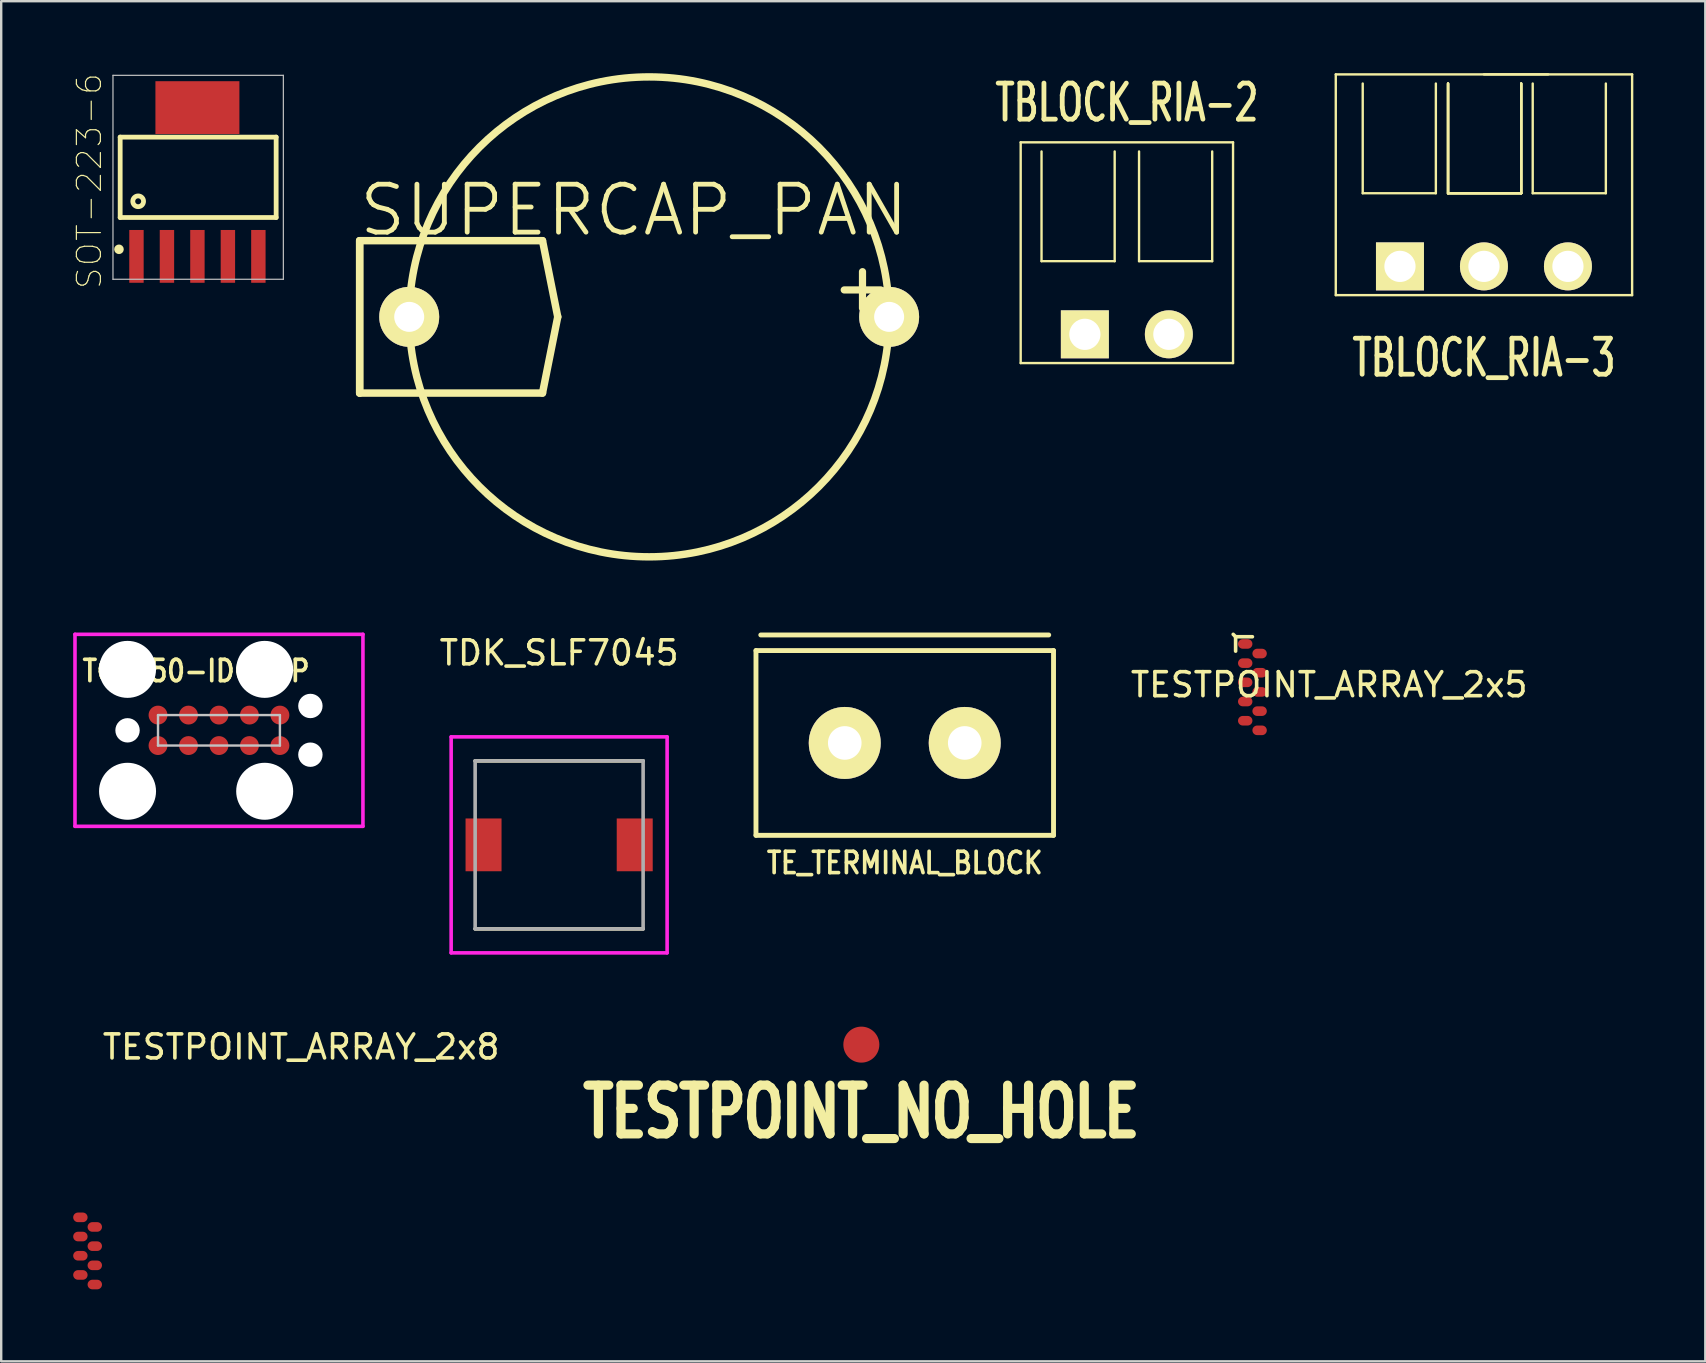
<source format=kicad_pcb>
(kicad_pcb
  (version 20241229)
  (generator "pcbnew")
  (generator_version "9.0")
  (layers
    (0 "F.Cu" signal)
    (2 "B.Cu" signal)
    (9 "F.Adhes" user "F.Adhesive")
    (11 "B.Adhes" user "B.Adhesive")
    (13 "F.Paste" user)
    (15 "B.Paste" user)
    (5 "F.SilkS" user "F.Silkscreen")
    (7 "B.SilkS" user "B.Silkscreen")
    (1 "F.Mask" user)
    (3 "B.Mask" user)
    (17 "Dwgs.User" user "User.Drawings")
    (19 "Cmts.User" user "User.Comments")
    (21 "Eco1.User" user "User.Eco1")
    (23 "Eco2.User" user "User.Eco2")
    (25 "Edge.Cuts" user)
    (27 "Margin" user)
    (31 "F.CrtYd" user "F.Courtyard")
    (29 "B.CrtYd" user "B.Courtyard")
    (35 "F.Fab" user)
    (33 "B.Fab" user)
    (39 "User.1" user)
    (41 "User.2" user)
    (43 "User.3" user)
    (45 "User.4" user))
  (footprint "TBLOCK_RIA-3"
    (layer "F.Cu")
    (at 58.791 8.051)
    (property "Reference" "TBLOCK_RIA-3" (at 0 3.81 0) (layer "F.SilkS") (effects (font (size 1.501 1.001) (thickness 0.201))))
    (attr through_hole)
    (fp_line (start -6.175 -8.001) (end -6.175 1.199) (stroke (width 0.099) (type solid)) (layer "F.SilkS"))
    (fp_line (start -6.175 1.199) (end 6.175 1.199) (stroke (width 0.099) (type solid)) (layer "F.SilkS"))
    (fp_line (start -5.052 -7.62) (end -5.052 -3.048) (stroke (width 0.099) (type solid)) (layer "F.SilkS"))
    (fp_line (start -5.052 -3.048) (end -2.004 -3.048) (stroke (width 0.099) (type solid)) (layer "F.SilkS"))
    (fp_line (start -2.004 -3.048) (end -2.004 -7.62) (stroke (width 0.099) (type solid)) (layer "F.SilkS"))
    (fp_line (start -1.496 -7.62) (end -1.496 -3.048) (stroke (width 0.099) (type solid)) (layer "F.SilkS"))
    (fp_line (start -1.496 -7.62) (end -1.496 -3.048) (stroke (width 0.099) (type solid)) (layer "F.SilkS"))
    (fp_line (start -1.496 -7.62) (end -1.496 -3.048) (stroke (width 0.099) (type solid)) (layer "F.SilkS"))
    (fp_line (start -1.496 -7.62) (end -1.496 -3.048) (stroke (width 0.099) (type solid)) (layer "F.SilkS"))
    (fp_line (start -1.496 -3.048) (end 1.552 -3.048) (stroke (width 0.099) (type solid)) (layer "F.SilkS"))
    (fp_line (start -1.496 -3.048) (end 1.552 -3.048) (stroke (width 0.099) (type solid)) (layer "F.SilkS"))
    (fp_line (start -1.496 -3.048) (end 1.552 -3.048) (stroke (width 0.099) (type solid)) (layer "F.SilkS"))
    (fp_line (start -1.496 -3.048) (end 1.552 -3.048) (stroke (width 0.099) (type solid)) (layer "F.SilkS"))
    (fp_line (start 1.552 -3.048) (end 1.552 -7.62) (stroke (width 0.099) (type solid)) (layer "F.SilkS"))
    (fp_line (start 1.552 -3.048) (end 1.552 -7.62) (stroke (width 0.099) (type solid)) (layer "F.SilkS"))
    (fp_line (start 1.552 -3.048) (end 1.552 -7.62) (stroke (width 0.099) (type solid)) (layer "F.SilkS"))
    (fp_line (start 1.552 -3.048) (end 1.552 -7.62) (stroke (width 0.099) (type solid)) (layer "F.SilkS"))
    (fp_line (start 2.032 -7.62) (end 2.032 -3.048) (stroke (width 0.099) (type solid)) (layer "F.SilkS"))
    (fp_line (start 2.032 -3.048) (end 5.08 -3.048) (stroke (width 0.099) (type solid)) (layer "F.SilkS"))
    (fp_line (start 2.675 -8.001) (end -6.175 -8.001) (stroke (width 0.099) (type solid)) (layer "F.SilkS"))
    (fp_line (start 5.08 -3.048) (end 5.08 -7.62) (stroke (width 0.099) (type solid)) (layer "F.SilkS"))
    (fp_line (start 6.175 -8.001) (end 0 -8.001) (stroke (width 0.099) (type solid)) (layer "F.SilkS"))
    (fp_line (start 6.175 1.199) (end 6.175 -8.001) (stroke (width 0.099) (type solid)) (layer "F.SilkS"))
    (pad "1" thru_hole rect (at -3.5 0) (size 1.999 1.999) (drill 1.3) (layers "*.Cu" "*.Mask" "F.SilkS"))
    (pad "2" thru_hole circle (at 0 0) (size 1.999 1.999) (drill 1.3) (layers "*.Cu" "*.Mask" "F.SilkS"))
    (pad "3" thru_hole circle (at 3.5 0) (size 1.999 1.999) (drill 1.3) (layers "*.Cu" "*.Mask" "F.SilkS")))
  (footprint "TE_TERMINAL_BLOCK"
    (layer "F.Cu")
    (at 34.654 27.911)
    (property "Reference" "TE_TERMINAL_BLOCK" (at 0 5 0) (layer "F.SilkS") (effects (font (size 0.889 0.762) (thickness 0.152))))
    (attr through_hole)
    (fp_line (start -6.2 -3.85) (end 6.2 -3.85) (stroke (width 0.203) (type solid)) (layer "F.SilkS"))
    (fp_line (start -6.2 3.85) (end -6.2 -3.85) (stroke (width 0.203) (type solid)) (layer "F.SilkS"))
    (fp_line (start -6 -4.5) (end 6 -4.5) (stroke (width 0.203) (type solid)) (layer "F.SilkS"))
    (fp_line (start 6.2 -3.85) (end 6.2 3.85) (stroke (width 0.203) (type solid)) (layer "F.SilkS"))
    (fp_line (start 6.2 3.85) (end -6.2 3.85) (stroke (width 0.203) (type solid)) (layer "F.SilkS"))
    (pad "1" thru_hole circle (at -2.5 0) (size 3 3) (drill 1.4) (layers "*.Cu" "*.Mask" "F.SilkS"))
    (pad "2" thru_hole circle (at 2.5 0) (size 3 3) (drill 1.4) (layers "*.Cu" "*.Mask" "F.SilkS")))
  (footprint "SOT-223-6"
    (layer "F.Cu")
    (at 5.177 4.534)
    (property "Reference" "SOT-223-6" (at -4.504 -0.035 90) (layer "F.SilkS") (effects (font (size 1 1) (thickness 0.05))))
    (attr smd)
    (fp_line (start -3.219 -1.87) (end 3.281 -1.87) (stroke (width 0.2) (type solid)) (layer "F.SilkS"))
    (fp_line (start -3.219 1.48) (end -3.219 -1.87) (stroke (width 0.2) (type solid)) (layer "F.SilkS"))
    (fp_line (start 3.281 -1.87) (end 3.281 1.48) (stroke (width 0.2) (type solid)) (layer "F.SilkS"))
    (fp_line (start 3.281 1.48) (end -3.219 1.48) (stroke (width 0.2) (type solid)) (layer "F.SilkS"))
    (fp_circle (center -3.269 2.805) (end -3.269 2.705) (stroke (width 0.2) (type solid)) (fill no) (layer "F.SilkS"))
    (fp_circle (center -2.469 0.805) (end -2.469 0.581) (stroke (width 0.2) (type solid)) (fill no) (layer "F.SilkS"))
    (fp_line (start -3.519 -4.445) (end 3.581 -4.445) (stroke (width 0.05) (type solid)) (layer "Dwgs.User"))
    (fp_line (start -3.519 4.055) (end -3.519 -4.445) (stroke (width 0.05) (type solid)) (layer "Dwgs.User"))
    (fp_line (start 3.581 -4.445) (end 3.581 4.055) (stroke (width 0.05) (type solid)) (layer "Dwgs.User"))
    (fp_line (start 3.581 4.055) (end -3.519 4.055) (stroke (width 0.05) (type solid)) (layer "Dwgs.User"))
    (pad "1" smd rect (at -2.54 3.1) (size 0.6 2.2) (layers "F.Cu" "F.Mask" "F.Paste"))
    (pad "2" smd rect (at -1.27 3.1) (size 0.6 2.2) (layers "F.Cu" "F.Mask" "F.Paste"))
    (pad "3" smd rect (at 0 3.1) (size 0.6 2.2) (layers "F.Cu" "F.Mask" "F.Paste"))
    (pad "4" smd rect (at 1.27 3.1) (size 0.6 2.2) (layers "F.Cu" "F.Mask" "F.Paste"))
    (pad "5" smd rect (at 2.54 3.1) (size 0.6 2.2) (layers "F.Cu" "F.Mask" "F.Paste"))
    (pad "6" smd rect (at 0 -3.1) (size 3.5 2.2) (layers "F.Cu" "F.Mask" "F.Paste")))
  (footprint "TESTPOINT_ARRAY_2x8"
    (layer "F.Cu")
    (at 9.5 40.081)
    (property "Reference" "TESTPOINT_ARRAY_2x8" (at 0 0.5 0) (layer "F.SilkS") (effects (font (size 1 1) (thickness 0.15))))
    (attr through_hole)
    (pad "1" smd oval (at -9.2 7.6 180) (size 0.6 0.4) (layers "F.Cu" "F.Mask" "F.Paste"))
    (pad "2" smd oval (at -8.6 8 180) (size 0.6 0.4) (layers "F.Cu" "F.Mask" "F.Paste"))
    (pad "3" smd oval (at -9.2 8.4 180) (size 0.6 0.4) (layers "F.Cu" "F.Mask" "F.Paste"))
    (pad "4" smd oval (at -8.6 8.8 180) (size 0.6 0.4) (layers "F.Cu" "F.Mask" "F.Paste"))
    (pad "5" smd oval (at -9.2 9.2 180) (size 0.6 0.4) (layers "F.Cu" "F.Mask" "F.Paste"))
    (pad "6" smd oval (at -8.6 9.6 180) (size 0.6 0.4) (layers "F.Cu" "F.Mask" "F.Paste"))
    (pad "7" smd oval (at -9.2 10 180) (size 0.6 0.4) (layers "F.Cu" "F.Mask" "F.Paste"))
    (pad "8" smd oval (at -8.6 10.4 180) (size 0.6 0.4) (layers "F.Cu" "F.Mask" "F.Paste")))
  (footprint "TC2050-IDC-FP"
    (layer "F.Cu")
    (at 6.075 27.385)
    (property "Reference" "TC2050-IDC-FP" (at -0.954 -2.474 0) (layer "F.SilkS") (effects (font (size 0.889 0.762) (thickness 0.152))))
    (attr through_hole)
    (fp_line (start -2.54 -0.635) (end 2.54 -0.635) (stroke (width 0.1) (type solid)) (layer "Dwgs.User"))
    (fp_line (start -2.54 0.635) (end -2.54 -0.635) (stroke (width 0.1) (type solid)) (layer "Dwgs.User"))
    (fp_line (start 2.54 -0.635) (end 2.54 0.635) (stroke (width 0.1) (type solid)) (layer "Dwgs.User"))
    (fp_line (start 2.54 0.635) (end -2.54 0.635) (stroke (width 0.1) (type solid)) (layer "Dwgs.User"))
    (fp_line (start -6 -4) (end 6 -4) (stroke (width 0.15) (type solid)) (layer "F.CrtYd"))
    (fp_line (start -6 4) (end -6 -4) (stroke (width 0.15) (type solid)) (layer "F.CrtYd"))
    (fp_line (start 6 -4) (end 6 4) (stroke (width 0.15) (type solid)) (layer "F.CrtYd"))
    (fp_line (start 6 4) (end -6 4) (stroke (width 0.15) (type solid)) (layer "F.CrtYd"))
    (pad "" np_thru_hole circle (at -3.81 -2.54) (size 2.375 2.375) (drill 2.375) (layers "*.Cu" "*.Mask"))
    (pad "" np_thru_hole circle (at -3.81 0) (size 1.016 1.016) (drill 1.016) (layers "*.Cu" "*.Mask"))
    (pad "" np_thru_hole circle (at -3.81 2.54) (size 2.375 2.375) (drill 2.375) (layers "*.Cu" "*.Mask"))
    (pad "" np_thru_hole circle (at 1.905 -2.54) (size 2.375 2.375) (drill 2.375) (layers "*.Cu" "*.Mask"))
    (pad "" np_thru_hole circle (at 1.905 2.54) (size 2.375 2.375) (drill 2.375) (layers "*.Cu" "*.Mask"))
    (pad "" np_thru_hole circle (at 3.81 -1.015) (size 1.016 1.016) (drill 1.016) (layers "*.Cu" "*.Mask"))
    (pad "" np_thru_hole circle (at 3.81 1.015) (size 1.016 1.016) (drill 1.016) (layers "*.Cu" "*.Mask"))
    (pad "1" smd circle (at -2.54 0.635) (size 0.787 0.787) (layers "F.Cu" "F.Mask"))
    (pad "2" smd circle (at -1.27 0.635) (size 0.787 0.787) (layers "F.Cu" "F.Mask"))
    (pad "3" smd circle (at 0 0.635) (size 0.787 0.787) (layers "F.Cu" "F.Mask"))
    (pad "4" smd circle (at 1.27 0.635) (size 0.787 0.787) (layers "F.Cu" "F.Mask"))
    (pad "5" smd circle (at 2.54 0.635) (size 0.787 0.787) (layers "F.Cu" "F.Mask"))
    (pad "6" smd circle (at 2.54 -0.635) (size 0.787 0.787) (layers "F.Cu" "F.Mask"))
    (pad "7" smd circle (at 1.27 -0.635) (size 0.787 0.787) (layers "F.Cu" "F.Mask"))
    (pad "8" smd circle (at 0 -0.635) (size 0.787 0.787) (layers "F.Cu" "F.Mask"))
    (pad "9" smd circle (at -1.27 -0.635) (size 0.787 0.787) (layers "F.Cu" "F.Mask"))
    (pad "10" smd circle (at -2.54 -0.635) (size 0.787 0.787) (layers "F.Cu" "F.Mask")))
  (footprint "TESTPOINT_ARRAY_2x5"
    (layer "F.Cu")
    (at 49.142 25.585)
    (property "Reference" "TESTPOINT_ARRAY_2x5" (at 3.2 -0.1 0) (layer "F.SilkS") (effects (font (size 1 1) (thickness 0.15))))
    (attr through_hole)
    (fp_line (start -0.8 -2.2) (end -0.7 -2.1) (stroke (width 0.15) (type solid)) (layer "F.SilkS"))
    (fp_line (start -0.7 -2.1) (end -0.7 -1.5) (stroke (width 0.15) (type solid)) (layer "F.SilkS"))
    (fp_line (start 0 -2.1) (end -0.7 -2.1) (stroke (width 0.15) (type solid)) (layer "F.SilkS"))
    (pad "1" smd oval (at -0.3 -1.8 180) (size 0.6 0.4) (layers "F.Cu" "F.Mask"))
    (pad "2" smd oval (at 0.3 -1.4 180) (size 0.6 0.4) (layers "F.Cu" "F.Mask"))
    (pad "3" smd oval (at -0.3 -1 180) (size 0.6 0.4) (layers "F.Cu" "F.Mask"))
    (pad "4" smd oval (at 0.3 -0.6 180) (size 0.6 0.4) (layers "F.Cu" "F.Mask"))
    (pad "5" smd oval (at -0.3 -0.2 180) (size 0.6 0.4) (layers "F.Cu" "F.Mask"))
    (pad "6" smd oval (at 0.3 0.2 180) (size 0.6 0.4) (layers "F.Cu" "F.Mask"))
    (pad "7" smd oval (at -0.3 0.6 180) (size 0.6 0.4) (layers "F.Cu" "F.Mask"))
    (pad "8" smd oval (at 0.3 1 180) (size 0.6 0.4) (layers "F.Cu" "F.Mask"))
    (pad "9" smd oval (at -0.3 1.4 180) (size 0.6 0.4) (layers "F.Cu" "F.Mask"))
    (pad "10" smd oval (at 0.3 1.8 180) (size 0.6 0.4) (layers "F.Cu" "F.Mask")))
  (footprint "SUPERCAP_PAN"
    (layer "F.Cu")
    (at 24.003 10.155)
    (property "Reference" "SUPERCAP_PAN" (at -0.635 -4.445 0) (layer "F.SilkS") (effects (font (size 1.999 1.999) (thickness 0.201))))
    (attr through_hole)
    (fp_line (start -12.065 -3.175) (end -12.065 3.175) (stroke (width 0.31) (type solid)) (layer "F.SilkS"))
    (fp_line (start -12.065 -3.175) (end -4.445 -3.175) (stroke (width 0.31) (type solid)) (layer "F.SilkS"))
    (fp_line (start -12.065 3.175) (end -12.065 -3.175) (stroke (width 0.31) (type solid)) (layer "F.SilkS"))
    (fp_line (start -4.445 -3.175) (end -3.81 0) (stroke (width 0.31) (type solid)) (layer "F.SilkS"))
    (fp_line (start -4.445 3.175) (end -12.065 3.175) (stroke (width 0.31) (type solid)) (layer "F.SilkS"))
    (fp_line (start -3.81 0) (end -4.445 3.175) (stroke (width 0.31) (type solid)) (layer "F.SilkS"))
    (fp_circle (center 0 0) (end 0 10) (stroke (width 0.31) (type solid)) (fill no) (layer "F.SilkS"))
    (fp_text user "+" (at 8.89 -1.27 0) (layer "F.SilkS") (effects (font (size 1.999 1.999) (thickness 0.3))))
    (pad "1" thru_hole circle (at 10 0) (size 2.499 2.499) (drill 1.25) (layers "*.Cu" "*.Mask" "F.SilkS"))
    (pad "2" thru_hole circle (at -10 0) (size 2.499 2.499) (drill 1.25) (layers "*.Cu" "*.Mask" "F.SilkS")))
  (footprint "TDK_SLF7045"
    (layer "F.Cu")
    (at 20.251 32.158)
    (property "Reference" "TDK_SLF7045" (at 0 -8 0) (layer "F.SilkS") (effects (font (size 1 1) (thickness 0.15))))
    (attr through_hole)
    (fp_line (start -3.5 -3.5) (end 3.5 -3.5) (stroke (width 0.15) (type solid)) (layer "F.SilkS"))
    (fp_line (start -3.5 3.5) (end 3.5 3.5) (stroke (width 0.15) (type solid)) (layer "F.SilkS"))
    (fp_line (start -4.5 -4.5) (end -4.5 4.5) (stroke (width 0.15) (type solid)) (layer "F.CrtYd"))
    (fp_line (start -4.5 4.5) (end 4.5 4.5) (stroke (width 0.15) (type solid)) (layer "F.CrtYd"))
    (fp_line (start 4.5 -4.5) (end -4.5 -4.5) (stroke (width 0.15) (type solid)) (layer "F.CrtYd"))
    (fp_line (start 4.5 4.5) (end 4.5 -4.5) (stroke (width 0.15) (type solid)) (layer "F.CrtYd"))
    (fp_line (start -3.5 -3.5) (end -3.5 3.5) (stroke (width 0.15) (type solid)) (layer "F.Fab"))
    (fp_line (start -3.5 3.5) (end 3.5 3.5) (stroke (width 0.15) (type solid)) (layer "F.Fab"))
    (fp_line (start 3.5 -3.5) (end -3.5 -3.5) (stroke (width 0.15) (type solid)) (layer "F.Fab"))
    (fp_line (start 3.5 3.5) (end 3.5 -3.5) (stroke (width 0.15) (type solid)) (layer "F.Fab"))
    (pad "1" smd rect (at -3.15 0) (size 1.5 2.2) (layers "F.Cu" "F.Mask" "F.Paste"))
    (pad "2" smd rect (at 3.15 0) (size 1.5 2.2) (layers "F.Cu" "F.Mask" "F.Paste")))
  (footprint "TESTPOINT_NO_HOLE"
    (layer "F.Cu")
    (at 32.845 40.483)
    (property "Reference" "TESTPOINT_NO_HOLE" (at 0 2.8 0) (layer "F.SilkS") (effects (font (size 2.032 1.524) (thickness 0.381))))
    (attr through_hole)
    (pad "1" smd circle (at 0 0) (size 1.5 1.5) (layers "F.Cu" "F.Mask")))
  (footprint "TBLOCK_RIA-2"
    (layer "F.Cu")
    (at 43.91 10.882)
    (property "Reference" "TBLOCK_RIA-2" (at 0 -9.652 0) (layer "F.SilkS") (effects (font (size 1.501 1.001) (thickness 0.201))))
    (attr through_hole)
    (fp_line (start -4.425 -8.001) (end -4.425 1.199) (stroke (width 0.099) (type solid)) (layer "F.SilkS"))
    (fp_line (start -4.425 1.199) (end 4.425 1.199) (stroke (width 0.099) (type solid)) (layer "F.SilkS"))
    (fp_line (start -3.556 -7.62) (end -3.556 -3.048) (stroke (width 0.099) (type solid)) (layer "F.SilkS"))
    (fp_line (start -3.556 -3.048) (end -0.508 -3.048) (stroke (width 0.099) (type solid)) (layer "F.SilkS"))
    (fp_line (start -0.508 -3.048) (end -0.508 -7.62) (stroke (width 0.099) (type solid)) (layer "F.SilkS"))
    (fp_line (start 0.508 -7.62) (end 0.508 -3.048) (stroke (width 0.099) (type solid)) (layer "F.SilkS"))
    (fp_line (start 0.508 -3.048) (end 3.556 -3.048) (stroke (width 0.099) (type solid)) (layer "F.SilkS"))
    (fp_line (start 3.556 -3.048) (end 3.556 -7.62) (stroke (width 0.099) (type solid)) (layer "F.SilkS"))
    (fp_line (start 4.425 -8.001) (end -4.425 -8.001) (stroke (width 0.099) (type solid)) (layer "F.SilkS"))
    (fp_line (start 4.425 1.199) (end 4.425 -8.001) (stroke (width 0.099) (type solid)) (layer "F.SilkS"))
    (pad "1" thru_hole rect (at -1.75 0) (size 1.999 1.999) (drill 1.3) (layers "*.Cu" "*.Mask" "F.SilkS"))
    (pad "2" thru_hole circle (at 1.75 0) (size 1.999 1.999) (drill 1.3) (layers "*.Cu" "*.Mask" "F.SilkS")))
  (gr_rect
    (start -3 -3)
    (end 68.016 53.681)
    (stroke (width 0.1) (type default))
    (fill no)
    (layer "Edge.Cuts")))
</source>
